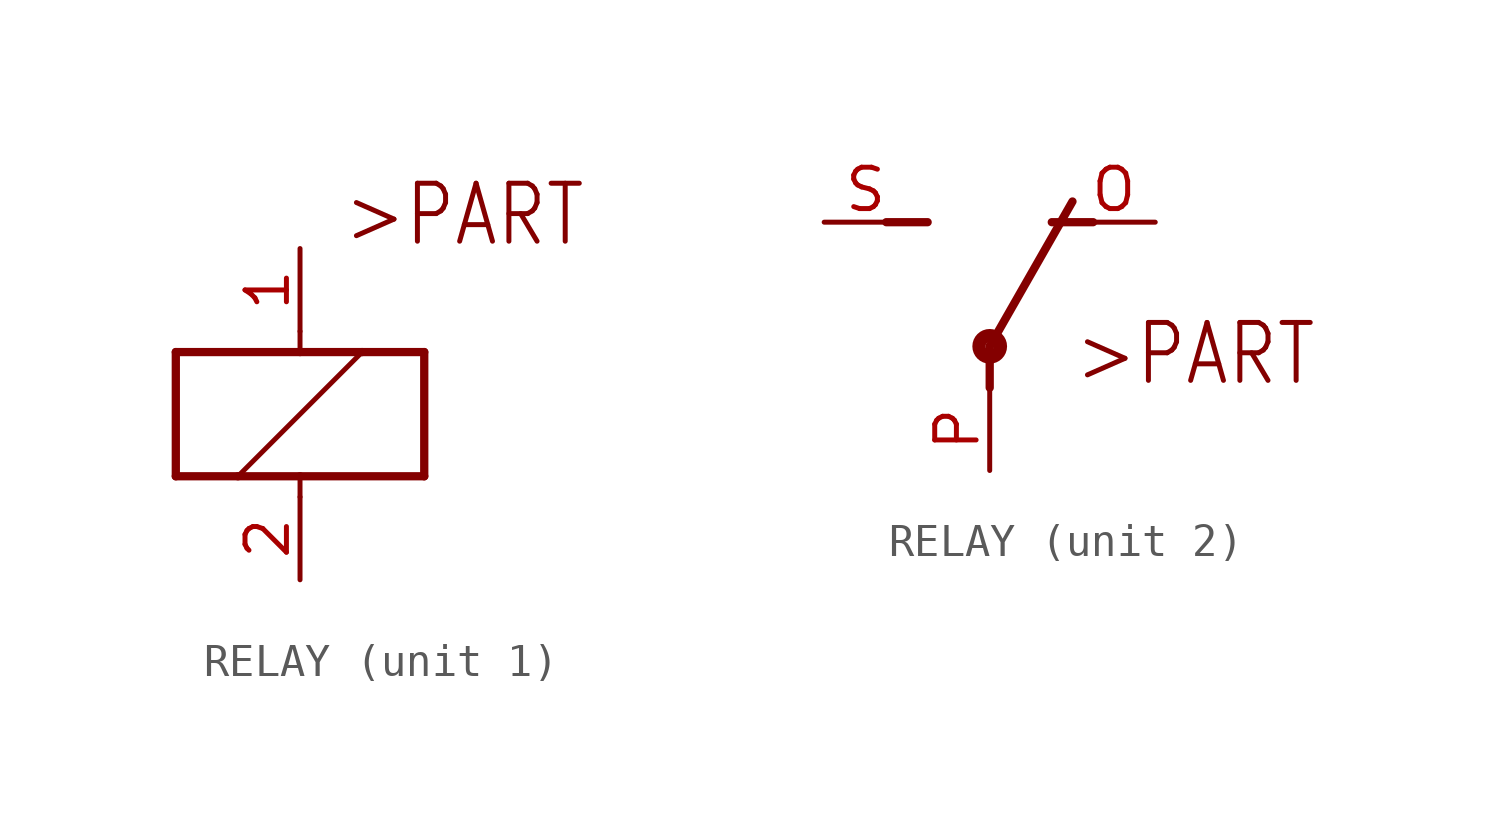
<source format=kicad_sym>
(kicad_symbol_lib
  (version 20211014)
  (generator kicad_symbol_editor)
  (symbol "RELAY"
    (property "Reference" "K"
      (at 0 0 0)
      (effects (font (size 1.27 1.27)) hide))
    (property "ki_locked" ""
      (at 0 0 0)
      (effects (font (size 1.27 1.27))))
    (symbol "RELAY_1_0"
      (polyline (pts (xy -3.81 -1.905) (xy -1.905 -1.905)) (stroke (width 0.254) (type default) (color 0 0 0 0)) (fill (type none)))
      (polyline (pts (xy -3.81 1.905) (xy -3.81 -1.905)) (stroke (width 0.254) (type default) (color 0 0 0 0)) (fill (type none)))
      (polyline (pts (xy -1.905 -1.905) (xy 0 -1.905)) (stroke (width 0.254) (type default) (color 0 0 0 0)) (fill (type none)))
      (polyline (pts (xy -1.905 -1.905) (xy 1.905 1.905)) (stroke (width 0.152) (type default) (color 0 0 0 0)) (fill (type none)))
      (polyline (pts (xy 0 -2.54) (xy 0 -1.905)) (stroke (width 0.152) (type default) (color 0 0 0 0)) (fill (type none)))
      (polyline (pts (xy 0 -1.905) (xy 3.81 -1.905)) (stroke (width 0.254) (type default) (color 0 0 0 0)) (fill (type none)))
      (polyline (pts (xy 0 1.905) (xy -3.81 1.905)) (stroke (width 0.254) (type default) (color 0 0 0 0)) (fill (type none)))
      (polyline (pts (xy 0 2.54) (xy 0 1.905)) (stroke (width 0.152) (type default) (color 0 0 0 0)) (fill (type none)))
      (polyline (pts (xy 1.905 1.905) (xy 0 1.905)) (stroke (width 0.254) (type default) (color 0 0 0 0)) (fill (type none)))
      (polyline (pts (xy 3.81 -1.905) (xy 3.81 1.905)) (stroke (width 0.254) (type default) (color 0 0 0 0)) (fill (type none)))
      (polyline (pts (xy 3.81 1.905) (xy 1.905 1.905)) (stroke (width 0.254) (type default) (color 0 0 0 0)) (fill (type none)))
      (text ">PART" (at 1.27 5.08 0) (effects (font (size 1.778 1.511)) (justify left bottom)))
      (pin passive line (at 0 5.08 270) (length 2.54) (name "1" (effects (font (size 0 0)))) (number "1" (effects (font (size 1.27 1.27)))))
      (pin passive line (at 0 -5.08 90) (length 2.54) (name "2" (effects (font (size 0 0)))) (number "2" (effects (font (size 1.27 1.27))))))
    (symbol "RELAY_2_0"
      (polyline (pts (xy -3.175 5.08) (xy -1.905 5.08)) (stroke (width 0.254) (type default) (color 0 0 0 0)) (fill (type none)))
      (polyline (pts (xy 0 1.27) (xy 0 0)) (stroke (width 0.254) (type default) (color 0 0 0 0)) (fill (type none)))
      (polyline (pts (xy 0 1.27) (xy 2.54 5.715)) (stroke (width 0.254) (type default) (color 0 0 0 0)) (fill (type none)))
      (polyline (pts (xy 3.175 5.08) (xy 1.905 5.08)) (stroke (width 0.254) (type default) (color 0 0 0 0)) (fill (type none)))
      (circle (center 0 1.27) (radius 0.127) (stroke (width 0.406) (type default) (color 0 0 0 0)) (fill (type none)))
      (text ">PART" (at 2.54 0 0) (effects (font (size 1.778 1.511)) (justify left bottom)))
      (pin passive line (at 5.08 5.08 180) (length 2.54) (name "O" (effects (font (size 0 0)))) (number "O" (effects (font (size 1.27 1.27)))))
      (pin passive line (at 0 -2.54 90) (length 2.54) (name "P" (effects (font (size 0 0)))) (number "P" (effects (font (size 1.27 1.27)))))
      (pin passive line (at -5.08 5.08 0) (length 2.54) (name "S" (effects (font (size 0 0)))) (number "S" (effects (font (size 1.27 1.27))))))))
</source>
